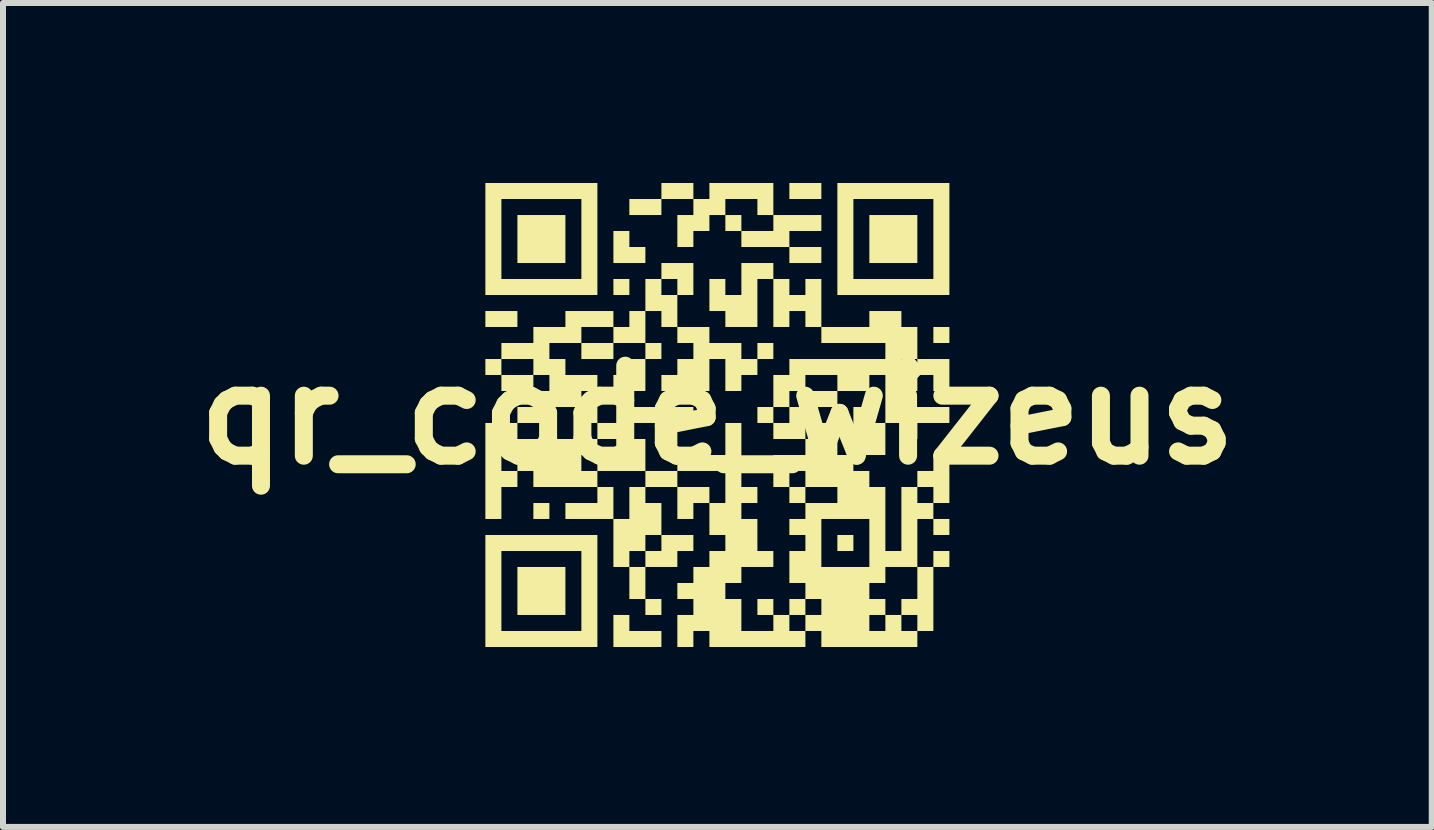
<source format=kicad_pcb>
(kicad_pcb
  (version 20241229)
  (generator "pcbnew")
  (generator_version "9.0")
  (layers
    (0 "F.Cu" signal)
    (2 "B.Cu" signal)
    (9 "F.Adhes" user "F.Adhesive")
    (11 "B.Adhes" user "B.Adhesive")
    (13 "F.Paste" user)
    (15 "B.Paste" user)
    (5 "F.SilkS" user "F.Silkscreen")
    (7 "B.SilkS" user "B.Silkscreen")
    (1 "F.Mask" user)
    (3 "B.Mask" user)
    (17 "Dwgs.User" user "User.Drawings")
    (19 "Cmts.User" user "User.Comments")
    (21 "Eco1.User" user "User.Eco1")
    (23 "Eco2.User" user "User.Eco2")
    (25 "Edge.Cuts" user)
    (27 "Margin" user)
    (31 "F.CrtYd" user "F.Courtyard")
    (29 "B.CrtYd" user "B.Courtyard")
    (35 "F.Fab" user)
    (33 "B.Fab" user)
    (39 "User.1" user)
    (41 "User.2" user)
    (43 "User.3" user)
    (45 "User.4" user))
  (footprint "qr_code_wizeus"
    (layer "F.Cu")
    (at 8.907 3.867)
    (property "Reference" "qr_code_wizeus" (at 0 0 0) (layer "F.SilkS") (effects (font (size 1.5 1.5) (thickness 0.3))))
    (attr board_only exclude_from_pos_files exclude_from_bom)
    (fp_poly (pts (xy -3.333 -1.6) (xy -3.333 -1.467) (xy -3.6 -1.467) (xy -3.867 -1.467) (xy -3.867 -1.6) (xy -3.867 -1.733) (xy -3.6 -1.733) (xy -3.333 -1.733)) (stroke (width 0) (type solid)) (fill yes) (layer "F.SilkS"))
    (fp_poly (pts (xy -2.8 1.6) (xy -2.8 1.733) (xy -2.933 1.733) (xy -3.067 1.733) (xy -3.067 1.6) (xy -3.067 1.467) (xy -2.933 1.467) (xy -2.8 1.467)) (stroke (width 0) (type solid)) (fill yes) (layer "F.SilkS"))
    (fp_poly (pts (xy -2.533 -2.933) (xy -2.533 -2.533) (xy -2.933 -2.533) (xy -3.333 -2.533) (xy -3.333 -2.933) (xy -3.333 -3.333) (xy -2.933 -3.333) (xy -2.533 -3.333)) (stroke (width 0) (type solid)) (fill yes) (layer "F.SilkS"))
    (fp_poly (pts (xy -2.533 2.933) (xy -2.533 3.333) (xy -2.933 3.333) (xy -3.333 3.333) (xy -3.333 2.933) (xy -3.333 2.533) (xy -2.933 2.533) (xy -2.533 2.533)) (stroke (width 0) (type solid)) (fill yes) (layer "F.SilkS"))
    (fp_poly (pts (xy -1.467 -2.133) (xy -1.467 -2) (xy -1.6 -2) (xy -1.733 -2) (xy -1.733 -2.133) (xy -1.733 -2.267) (xy -1.6 -2.267) (xy -1.467 -2.267)) (stroke (width 0) (type solid)) (fill yes) (layer "F.SilkS"))
    (fp_poly (pts (xy -0.933 3.2) (xy -0.933 3.333) (xy -1.067 3.333) (xy -1.2 3.333) (xy -1.2 3.2) (xy -1.2 3.067) (xy -1.067 3.067) (xy -0.933 3.067)) (stroke (width 0) (type solid)) (fill yes) (layer "F.SilkS"))
    (fp_poly (pts (xy 1.733 -3.733) (xy 1.733 -3.6) (xy 1.467 -3.6) (xy 1.2 -3.6) (xy 1.2 -3.733) (xy 1.2 -3.867) (xy 1.467 -3.867) (xy 1.733 -3.867)) (stroke (width 0) (type solid)) (fill yes) (layer "F.SilkS"))
    (fp_poly (pts (xy 1.733 -2.667) (xy 1.733 -2.533) (xy 1.467 -2.533) (xy 1.2 -2.533) (xy 1.2 -2.667) (xy 1.2 -2.8) (xy 1.467 -2.8) (xy 1.733 -2.8)) (stroke (width 0) (type solid)) (fill yes) (layer "F.SilkS"))
    (fp_poly (pts (xy 2 -0.267) (xy 2 -0.133) (xy 1.733 -0.133) (xy 1.467 -0.133) (xy 1.467 -0.267) (xy 1.467 -0.4) (xy 1.733 -0.4) (xy 2 -0.4)) (stroke (width 0) (type solid)) (fill yes) (layer "F.SilkS"))
    (fp_poly (pts (xy 2.267 2.133) (xy 2.267 2.267) (xy 2.133 2.267) (xy 2 2.267) (xy 2 2.133) (xy 2 2) (xy 2.133 2) (xy 2.267 2)) (stroke (width 0) (type solid)) (fill yes) (layer "F.SilkS"))
    (fp_poly (pts (xy 3.333 -2.933) (xy 3.333 -2.533) (xy 2.933 -2.533) (xy 2.533 -2.533) (xy 2.533 -2.933) (xy 2.533 -3.333) (xy 2.933 -3.333) (xy 3.333 -3.333)) (stroke (width 0) (type solid)) (fill yes) (layer "F.SilkS"))
    (fp_poly (pts (xy 3.867 -1.333) (xy 3.867 -1.2) (xy 3.733 -1.2) (xy 3.6 -1.2) (xy 3.6 -1.333) (xy 3.6 -1.467) (xy 3.733 -1.467) (xy 3.867 -1.467)) (stroke (width 0) (type solid)) (fill yes) (layer "F.SilkS"))
    (fp_poly (pts (xy 3.867 1.867) (xy 3.867 2) (xy 3.733 2) (xy 3.6 2) (xy 3.6 1.867) (xy 3.6 1.733) (xy 3.733 1.733) (xy 3.867 1.733)) (stroke (width 0) (type solid)) (fill yes) (layer "F.SilkS"))
    (fp_poly (pts (xy -1.467 -2.933) (xy -1.467 -2.8) (xy -1.333 -2.8) (xy -1.2 -2.8) (xy -1.2 -2.667) (xy -1.2 -2.533) (xy -1.467 -2.533) (xy -1.733 -2.533) (xy -1.733 -2.8) (xy -1.733 -3.067) (xy -1.6 -3.067) (xy -1.467 -3.067)) (stroke (width 0) (type solid)) (fill yes) (layer "F.SilkS"))
    (fp_poly (pts (xy -1.467 3.467) (xy -1.467 3.6) (xy -1.2 3.6) (xy -0.933 3.6) (xy -0.933 3.733) (xy -0.933 3.867) (xy -1.333 3.867) (xy -1.733 3.867) (xy -1.733 3.6) (xy -1.733 3.333) (xy -1.6 3.333) (xy -1.467 3.333)) (stroke (width 0) (type solid)) (fill yes) (layer "F.SilkS"))
    (fp_poly (pts (xy -1.2 0.667) (xy -1.2 0.933) (xy -1.6 0.933) (xy -2 0.933) (xy -2 0.8) (xy -2 0.667) (xy -1.733 0.667) (xy -1.467 0.667) (xy -1.467 0.533) (xy -1.467 0.4) (xy -1.333 0.4) (xy -1.2 0.4)) (stroke (width 0) (type solid)) (fill yes) (layer "F.SilkS"))
    (fp_poly (pts (xy -2 -2.933) (xy -2 -2) (xy -2.933 -2) (xy -3.867 -2) (xy -3.867 -2.933) (xy -3.6 -2.933) (xy -3.6 -2.267) (xy -2.933 -2.267) (xy -2.267 -2.267) (xy -2.267 -2.933) (xy -2.267 -3.6) (xy -2.933 -3.6) (xy -3.6 -3.6) (xy -3.6 -2.933) (xy -3.867 -2.933) (xy -3.867 -3.867) (xy -2.933 -3.867) (xy -2 -3.867)) (stroke (width 0) (type solid)) (fill yes) (layer "F.SilkS"))
    (fp_poly (pts (xy -2 2.933) (xy -2 3.867) (xy -2.933 3.867) (xy -3.867 3.867) (xy -3.867 2.933) (xy -3.6 2.933) (xy -3.6 3.6) (xy -2.933 3.6) (xy -2.267 3.6) (xy -2.267 2.933) (xy -2.267 2.267) (xy -2.933 2.267) (xy -3.6 2.267) (xy -3.6 2.933) (xy -3.867 2.933) (xy -3.867 2) (xy -2.933 2) (xy -2 2)) (stroke (width 0) (type solid)) (fill yes) (layer "F.SilkS"))
    (fp_poly (pts (xy 3.867 -2.933) (xy 3.867 -2) (xy 2.933 -2) (xy 2 -2) (xy 2 -2.933) (xy 2.267 -2.933) (xy 2.267 -2.267) (xy 2.933 -2.267) (xy 3.6 -2.267) (xy 3.6 -2.933) (xy 3.6 -3.6) (xy 2.933 -3.6) (xy 2.267 -3.6) (xy 2.267 -2.933) (xy 2 -2.933) (xy 2 -3.867) (xy 2.933 -3.867) (xy 3.867 -3.867)) (stroke (width 0) (type solid)) (fill yes) (layer "F.SilkS"))
    (fp_poly (pts (xy -0.933 -1.067) (xy -0.933 -0.933) (xy -1.067 -0.933) (xy -1.2 -0.933) (xy -1.2 -0.667) (xy -1.2 -0.4) (xy -1.467 -0.4) (xy -1.733 -0.4) (xy -1.733 -0.533) (xy -1.733 -0.667) (xy -1.6 -0.667) (xy -1.467 -0.667) (xy -1.467 -0.8) (xy -1.467 -0.933) (xy -1.333 -0.933) (xy -1.2 -0.933) (xy -1.2 -1.067) (xy -1.2 -1.2) (xy -1.067 -1.2) (xy -0.933 -1.2)) (stroke (width 0) (type solid)) (fill yes) (layer "F.SilkS"))
    (fp_poly (pts (xy 0.4 -3.2) (xy 0.4 -3.067) (xy 0.667 -3.067) (xy 0.933 -3.067) (xy 0.933 -3.2) (xy 0.933 -3.333) (xy 1.333 -3.333) (xy 1.733 -3.333) (xy 1.733 -3.2) (xy 1.733 -3.067) (xy 1.467 -3.067) (xy 1.2 -3.067) (xy 1.2 -2.933) (xy 1.2 -2.8) (xy 0.8 -2.8) (xy 0.4 -2.8) (xy 0.4 -2.933) (xy 0.4 -3.067) (xy 0.267 -3.067) (xy 0.133 -3.067) (xy 0.133 -3.2) (xy 0.133 -3.333) (xy 0.267 -3.333) (xy 0.4 -3.333)) (stroke (width 0) (type solid)) (fill yes) (layer "F.SilkS"))
    (fp_poly (pts (xy 0.933 -2.4) (xy 0.933 -2.267) (xy 0.8 -2.267) (xy 0.667 -2.267) (xy 0.667 -1.867) (xy 0.667 -1.467) (xy 0.4 -1.467) (xy 0.133 -1.467) (xy 0.133 -1.6) (xy 0.133 -1.733) (xy 0 -1.733) (xy -0.133 -1.733) (xy -0.133 -2) (xy -0.133 -2.267) (xy 0 -2.267) (xy 0.133 -2.267) (xy 0.133 -2.133) (xy 0.133 -2) (xy 0.267 -2) (xy 0.4 -2) (xy 0.4 -2.267) (xy 0.4 -2.533) (xy 0.667 -2.533) (xy 0.933 -2.533)) (stroke (width 0) (type solid)) (fill yes) (layer "F.SilkS"))
    (fp_poly (pts (xy -0.4 -3.733) (xy -0.4 -3.6) (xy -0.267 -3.6) (xy -0.133 -3.6) (xy -0.133 -3.733) (xy -0.133 -3.867) (xy 0.4 -3.867) (xy 0.933 -3.867) (xy 0.933 -3.6) (xy 0.933 -3.333) (xy 0.8 -3.333) (xy 0.667 -3.333) (xy 0.667 -3.467) (xy 0.667 -3.6) (xy 0.4 -3.6) (xy 0.133 -3.6) (xy 0.133 -3.467) (xy 0.133 -3.333) (xy 0 -3.333) (xy -0.133 -3.333) (xy -0.133 -3.2) (xy -0.133 -3.067) (xy -0.267 -3.067) (xy -0.4 -3.067) (xy -0.4 -2.933) (xy -0.4 -2.8) (xy -0.533 -2.8) (xy -0.667 -2.8) (xy -0.667 -3.067) (xy -0.667 -3.333) (xy -0.533 -3.333) (xy -0.4 -3.333) (xy -0.4 -3.467) (xy -0.4 -3.6) (xy -0.667 -3.6) (xy -0.933 -3.6) (xy -0.933 -3.467) (xy -0.933 -3.333) (xy -1.2 -3.333) (xy -1.467 -3.333) (xy -1.467 -3.467) (xy -1.467 -3.6) (xy -1.2 -3.6) (xy -0.933 -3.6) (xy -0.933 -3.733) (xy -0.933 -3.867) (xy -0.667 -3.867) (xy -0.4 -3.867)) (stroke (width 0) (type solid)) (fill yes) (layer "F.SilkS"))
    (fp_poly (pts (xy -0.133 -1.333) (xy -0.133 -1.2) (xy 0.133 -1.2) (xy 0.4 -1.2) (xy 0.4 -1.067) (xy 0.4 -0.933) (xy 0.533 -0.933) (xy 0.667 -0.933) (xy 0.667 -1.067) (xy 0.667 -1.2) (xy 0.8 -1.2) (xy 0.933 -1.2) (xy 0.933 -1.067) (xy 0.933 -0.933) (xy 0.8 -0.933) (xy 0.667 -0.933) (xy 0.667 -0.8) (xy 0.667 -0.667) (xy 0.533 -0.667) (xy 0.4 -0.667) (xy 0.4 -0.533) (xy 0.4 -0.4) (xy 0.267 -0.4) (xy 0.133 -0.4) (xy 0.133 -0.667) (xy 0.133 -0.933) (xy 0 -0.933) (xy -0.133 -0.933) (xy -0.133 -0.667) (xy -0.133 -0.4) (xy -0.533 -0.4) (xy -0.933 -0.4) (xy -0.933 -0.533) (xy -0.933 -0.667) (xy -0.8 -0.667) (xy -0.667 -0.667) (xy -0.667 -0.8) (xy -0.667 -0.933) (xy -0.533 -0.933) (xy -0.4 -0.933) (xy -0.4 -1.067) (xy -0.4 -1.2) (xy -0.533 -1.2) (xy -0.667 -1.2) (xy -0.667 -1.333) (xy -0.667 -1.467) (xy -0.4 -1.467) (xy -0.133 -1.467)) (stroke (width 0) (type solid)) (fill yes) (layer "F.SilkS"))
    (fp_poly (pts (xy -0.4 -2.267) (xy -0.4 -2) (xy -0.533 -2) (xy -0.667 -2) (xy -0.667 -1.733) (xy -0.667 -1.467) (xy -0.8 -1.467) (xy -0.933 -1.467) (xy -0.933 -1.6) (xy -0.933 -1.733) (xy -1.067 -1.733) (xy -1.2 -1.733) (xy -1.2 -1.467) (xy -1.2 -1.2) (xy -1.467 -1.2) (xy -1.733 -1.2) (xy -1.733 -1.067) (xy -1.733 -0.933) (xy -2 -0.933) (xy -2.267 -0.933) (xy -2.267 -1.067) (xy -2.267 -1.2) (xy -2.533 -1.2) (xy -2.8 -1.2) (xy -2.8 -1.067) (xy -2.8 -0.933) (xy -2.667 -0.933) (xy -2.533 -0.933) (xy -2.533 -0.8) (xy -2.533 -0.667) (xy -2.267 -0.667) (xy -2 -0.667) (xy -2 -0.533) (xy -2 -0.4) (xy -2.133 -0.4) (xy -2.267 -0.4) (xy -2.267 -0.267) (xy -2.267 -0.133) (xy -2.533 -0.133) (xy -2.8 -0.133) (xy -2.8 0) (xy -2.8 0.133) (xy -3.067 0.133) (xy -3.333 0.133) (xy -3.333 0.267) (xy -3.333 0.4) (xy -2.667 0.4) (xy -2 0.4) (xy -2 0.533) (xy -2 0.667) (xy -2.133 0.667) (xy -2.267 0.667) (xy -2.267 0.8) (xy -2.267 0.933) (xy -2.133 0.933) (xy -2 0.933) (xy -2 1.067) (xy -2 1.2) (xy -2.533 1.2) (xy -3.067 1.2) (xy -3.067 1.067) (xy -3.067 0.933) (xy -3.2 0.933) (xy -3.333 0.933) (xy -3.333 1.067) (xy -3.333 1.2) (xy -3.467 1.2) (xy -3.6 1.2) (xy -3.6 1.467) (xy -3.6 1.733) (xy -3.733 1.733) (xy -3.867 1.733) (xy -3.867 0.933) (xy -3.867 0.8) (xy -3.6 0.8) (xy -3.6 0.933) (xy -3.467 0.933) (xy -3.333 0.933) (xy -3.333 0.8) (xy -3.333 0.667) (xy -3.467 0.667) (xy -3.6 0.667) (xy -3.6 0.8) (xy -3.867 0.8) (xy -3.867 0.133) (xy -3.6 0.133) (xy -3.333 0.133) (xy -3.333 0) (xy -3.333 -0.133) (xy -3.2 -0.133) (xy -3.067 -0.133) (xy -3.067 -0.267) (xy -3.067 -0.4) (xy -3.333 -0.4) (xy -3.6 -0.4) (xy -3.6 -0.533) (xy -3.067 -0.533) (xy -3.067 -0.4) (xy -2.933 -0.4) (xy -2.8 -0.4) (xy -2.8 -0.533) (xy -2.8 -0.667) (xy -2.933 -0.667) (xy -3.067 -0.667) (xy -3.067 -0.533) (xy -3.6 -0.533) (xy -3.6 -0.667) (xy -3.733 -0.667) (xy -3.867 -0.667) (xy -3.867 -0.8) (xy -3.6 -0.8) (xy -3.6 -0.667) (xy -3.333 -0.667) (xy -3.067 -0.667) (xy -3.067 -0.8) (xy -3.067 -0.933) (xy -3.333 -0.933) (xy -3.6 -0.933) (xy -3.6 -0.8) (xy -3.867 -0.8) (xy -3.867 -0.933) (xy -3.733 -0.933) (xy -3.6 -0.933) (xy -3.6 -1.067) (xy -3.6 -1.2) (xy -3.333 -1.2) (xy -3.067 -1.2) (xy -3.067 -1.333) (xy -2.267 -1.333) (xy -2.267 -1.2) (xy -2 -1.2) (xy -1.733 -1.2) (xy -1.733 -1.333) (xy -1.733 -1.467) (xy -2 -1.467) (xy -2.267 -1.467) (xy -2.267 -1.333) (xy -3.067 -1.333) (xy -3.067 -1.467) (xy -2.8 -1.467) (xy -2.533 -1.467) (xy -2.533 -1.6) (xy -2.533 -1.733) (xy -2.133 -1.733) (xy -1.733 -1.733) (xy -1.733 -1.6) (xy -1.733 -1.467) (xy -1.6 -1.467) (xy -1.467 -1.467) (xy -1.467 -1.6) (xy -1.467 -1.733) (xy -1.333 -1.733) (xy -1.2 -1.733) (xy -1.2 -2) (xy -1.2 -2.133) (xy -0.933 -2.133) (xy -0.933 -2) (xy -0.8 -2) (xy -0.667 -2) (xy -0.667 -2.133) (xy -0.667 -2.267) (xy -0.8 -2.267) (xy -0.933 -2.267) (xy -0.933 -2.133) (xy -1.2 -2.133) (xy -1.2 -2.267) (xy -1.067 -2.267) (xy -0.933 -2.267) (xy -0.933 -2.4) (xy -0.933 -2.533) (xy -0.667 -2.533) (xy -0.4 -2.533)) (stroke (width 0) (type solid)) (fill yes) (layer "F.SilkS"))
    (fp_poly (pts (xy 1.2 -2.133) (xy 1.2 -2) (xy 1.333 -2) (xy 1.467 -2) (xy 1.467 -2.133) (xy 1.467 -2.267) (xy 1.6 -2.267) (xy 1.733 -2.267) (xy 1.733 -1.867) (xy 1.733 -1.467) (xy 2.133 -1.467) (xy 2.533 -1.467) (xy 2.533 -1.6) (xy 2.533 -1.733) (xy 2.8 -1.733) (xy 3.067 -1.733) (xy 3.067 -1.6) (xy 3.067 -1.467) (xy 3.2 -1.467) (xy 3.333 -1.467) (xy 3.333 -1.2) (xy 3.333 -0.933) (xy 3.2 -0.933) (xy 3.067 -0.933) (xy 3.067 -0.8) (xy 3.067 -0.667) (xy 3.2 -0.667) (xy 3.333 -0.667) (xy 3.333 -0.8) (xy 3.333 -0.933) (xy 3.6 -0.933) (xy 3.867 -0.933) (xy 3.867 -0.667) (xy 3.867 -0.4) (xy 3.733 -0.4) (xy 3.6 -0.4) (xy 3.6 -0.533) (xy 3.6 -0.667) (xy 3.467 -0.667) (xy 3.333 -0.667) (xy 3.333 -0.533) (xy 3.333 -0.4) (xy 3.2 -0.4) (xy 3.067 -0.4) (xy 3.067 -0.267) (xy 3.067 -0.133) (xy 3.467 -0.133) (xy 3.867 -0.133) (xy 3.867 0) (xy 3.867 0.133) (xy 3.6 0.133) (xy 3.333 0.133) (xy 3.333 0.267) (xy 3.333 0.4) (xy 3.2 0.4) (xy 3.067 0.4) (xy 3.067 0.267) (xy 3.067 0.133) (xy 2.933 0.133) (xy 2.8 0.133) (xy 2.8 0.4) (xy 2.8 0.667) (xy 2.533 0.667) (xy 2.267 0.667) (xy 2.267 0.8) (xy 2.267 0.933) (xy 2.4 0.933) (xy 2.533 0.933) (xy 2.533 1.067) (xy 2.533 1.2) (xy 2.667 1.2) (xy 2.8 1.2) (xy 2.8 1.733) (xy 2.8 2.267) (xy 2.933 2.267) (xy 3.067 2.267) (xy 3.067 1.733) (xy 3.067 1.333) (xy 3.333 1.333) (xy 3.333 1.467) (xy 3.467 1.467) (xy 3.6 1.467) (xy 3.6 1.333) (xy 3.6 1.2) (xy 3.467 1.2) (xy 3.333 1.2) (xy 3.333 1.333) (xy 3.067 1.333) (xy 3.067 1.2) (xy 3.2 1.2) (xy 3.333 1.2) (xy 3.333 1.067) (xy 3.333 0.933) (xy 3.467 0.933) (xy 3.6 0.933) (xy 3.6 0.8) (xy 3.6 0.667) (xy 3.733 0.667) (xy 3.867 0.667) (xy 3.867 1.067) (xy 3.867 1.467) (xy 3.733 1.467) (xy 3.6 1.467) (xy 3.6 1.6) (xy 3.6 1.733) (xy 3.467 1.733) (xy 3.333 1.733) (xy 3.333 2.133) (xy 3.333 2.533) (xy 3.467 2.533) (xy 3.6 2.533) (xy 3.6 2.4) (xy 3.6 2.267) (xy 3.733 2.267) (xy 3.867 2.267) (xy 3.867 2.4) (xy 3.867 2.533) (xy 3.733 2.533) (xy 3.6 2.533) (xy 3.6 3.067) (xy 3.6 3.6) (xy 3.467 3.6) (xy 3.333 3.6) (xy 3.333 3.733) (xy 3.333 3.867) (xy 2.533 3.867) (xy 1.733 3.867) (xy 1.733 3.733) (xy 1.733 3.6) (xy 1.6 3.6) (xy 1.467 3.6) (xy 1.467 3.733) (xy 1.467 3.867) (xy 0.667 3.867) (xy -0.133 3.867) (xy -0.133 3.733) (xy -0.133 3.6) (xy -0.267 3.6) (xy -0.4 3.6) (xy -0.4 3.733) (xy -0.4 3.867) (xy -0.533 3.867) (xy -0.667 3.867) (xy -0.667 3.6) (xy -0.667 3.333) (xy -0.533 3.333) (xy -0.4 3.333) (xy -0.4 3.2) (xy -0.4 3.067) (xy -0.533 3.067) (xy -0.667 3.067) (xy -0.667 2.933) (xy -0.667 2.8) (xy -0.533 2.8) (xy -0.4 2.8) (xy -0.4 2.667) (xy -0.4 2.533) (xy -0.267 2.533) (xy -0.133 2.533) (xy -0.133 2.4) (xy -0.133 2.267) (xy 0 2.267) (xy 0.133 2.267) (xy 0.133 2.133) (xy 0.133 2) (xy 0 2) (xy -0.133 2) (xy -0.133 1.733) (xy -0.133 1.467) (xy -0.267 1.467) (xy -0.4 1.467) (xy -0.4 1.6) (xy -0.4 1.733) (xy -0.533 1.733) (xy -0.667 1.733) (xy -0.667 1.467) (xy -0.667 1.2) (xy -0.4 1.2) (xy -0.133 1.2) (xy -0.133 1.333) (xy -0.133 1.467) (xy 0 1.467) (xy 0.133 1.467) (xy 0.133 1.2) (xy 0.133 0.933) (xy -0.267 0.933) (xy -0.667 0.933) (xy -0.667 1.067) (xy -0.667 1.2) (xy -0.933 1.2) (xy -1.2 1.2) (xy -1.2 1.333) (xy -1.2 1.467) (xy -1.067 1.467) (xy -0.933 1.467) (xy -0.933 1.733) (xy -0.933 2) (xy -1.067 2) (xy -1.2 2) (xy -1.2 2.133) (xy -1.2 2.267) (xy -1.333 2.267) (xy -1.467 2.267) (xy -1.467 2.4) (xy -1.467 2.533) (xy -1.333 2.533) (xy -1.2 2.533) (xy -1.2 2.4) (xy -1.2 2.267) (xy -1.067 2.267) (xy -0.933 2.267) (xy -0.933 2.133) (xy -0.933 2) (xy -0.667 2) (xy -0.4 2) (xy -0.4 2.133) (xy -0.4 2.267) (xy -0.533 2.267) (xy -0.667 2.267) (xy -0.667 2.4) (xy -0.667 2.533) (xy -0.933 2.533) (xy -1.2 2.533) (xy -1.2 2.8) (xy -1.2 3.067) (xy -1.333 3.067) (xy -1.467 3.067) (xy -1.467 2.8) (xy -1.467 2.533) (xy -1.6 2.533) (xy -1.733 2.533) (xy -1.733 2.133) (xy -1.733 1.733) (xy -2.133 1.733) (xy -2.533 1.733) (xy -2.533 1.6) (xy -2.533 1.467) (xy -2.267 1.467) (xy -2 1.467) (xy -2 1.333) (xy -2 1.2) (xy -1.867 1.2) (xy -1.733 1.2) (xy -1.733 1.467) (xy -1.733 1.733) (xy -1.6 1.733) (xy -1.467 1.733) (xy -1.467 1.467) (xy -1.467 1.2) (xy -1.333 1.2) (xy -1.2 1.2) (xy -1.2 1.067) (xy -1.2 0.933) (xy -0.933 0.933) (xy -0.667 0.933) (xy -0.667 0.8) (xy -0.667 0.667) (xy -0.8 0.667) (xy -0.933 0.667) (xy -0.933 0.4) (xy -0.933 0.133) (xy -1.2 0.133) (xy -1.467 0.133) (xy -1.467 0.267) (xy -1.467 0.4) (xy -1.733 0.4) (xy -2 0.4) (xy -2 0.267) (xy -2 0.133) (xy -2.133 0.133) (xy -2.267 0.133) (xy -2.267 0) (xy -2.267 -0.133) (xy -2.133 -0.133) (xy -2 -0.133) (xy -2 0) (xy -2 0.133) (xy -1.733 0.133) (xy -1.467 0.133) (xy -1.467 0) (xy -1.467 -0.133) (xy -0.933 -0.133) (xy -0.4 -0.133) (xy -0.4 0) (xy -0.4 0.133) (xy -0.533 0.133) (xy -0.667 0.133) (xy -0.667 0.4) (xy -0.667 0.667) (xy -0.267 0.667) (xy 0.133 0.667) (xy 0.133 0.4) (xy 0.133 0.133) (xy 0.267 0.133) (xy 0.4 0.133) (xy 0.4 0.667) (xy 0.4 1.2) (xy 0.533 1.2) (xy 0.667 1.2) (xy 0.667 1.333) (xy 0.667 1.467) (xy 0.533 1.467) (xy 0.4 1.467) (xy 0.4 1.6) (xy 0.4 1.733) (xy 0.533 1.733) (xy 0.667 1.733) (xy 0.667 2) (xy 0.667 2.267) (xy 0.8 2.267) (xy 0.933 2.267) (xy 0.933 2.4) (xy 0.933 2.533) (xy 0.667 2.533) (xy 0.4 2.533) (xy 0.4 2.667) (xy 0.4 2.8) (xy 0.267 2.8) (xy 0.133 2.8) (xy 0.133 2.933) (xy 0.133 3.067) (xy 0.267 3.067) (xy 0.4 3.067) (xy 0.4 3.333) (xy 0.4 3.6) (xy 0.667 3.6) (xy 0.933 3.6) (xy 0.933 3.467) (xy 0.933 3.333) (xy 0.8 3.333) (xy 0.667 3.333) (xy 0.667 3.2) (xy 0.667 3.067) (xy 0.8 3.067) (xy 0.933 3.067) (xy 0.933 3.2) (xy 0.933 3.333) (xy 1.067 3.333) (xy 1.2 3.333) (xy 1.2 3.467) (xy 1.2 3.6) (xy 1.333 3.6) (xy 1.467 3.6) (xy 1.467 3.467) (xy 1.467 3.333) (xy 1.6 3.333) (xy 1.733 3.333) (xy 1.733 3.2) (xy 1.733 3.067) (xy 1.6 3.067) (xy 1.467 3.067) (xy 1.467 3.2) (xy 1.467 3.333) (xy 1.333 3.333) (xy 1.2 3.333) (xy 1.2 3.2) (xy 1.2 3.067) (xy 1.333 3.067) (xy 1.467 3.067) (xy 1.467 2.933) (xy 1.467 2.8) (xy 2.533 2.8) (xy 2.533 2.933) (xy 2.533 3.067) (xy 2.667 3.067) (xy 2.8 3.067) (xy 2.8 3.2) (xy 2.8 3.333) (xy 2.667 3.333) (xy 2.533 3.333) (xy 2.533 3.467) (xy 2.533 3.6) (xy 2.667 3.6) (xy 2.8 3.6) (xy 2.8 3.467) (xy 3.067 3.467) (xy 3.067 3.6) (xy 3.2 3.6) (xy 3.333 3.6) (xy 3.333 3.467) (xy 3.333 3.333) (xy 3.2 3.333) (xy 3.067 3.333) (xy 3.067 3.467) (xy 2.8 3.467) (xy 2.8 3.333) (xy 2.933 3.333) (xy 3.067 3.333) (xy 3.067 3.2) (xy 3.067 3.067) (xy 3.2 3.067) (xy 3.333 3.067) (xy 3.333 2.8) (xy 3.333 2.533) (xy 3.067 2.533) (xy 2.8 2.533) (xy 2.8 2.667) (xy 2.8 2.8) (xy 2.667 2.8) (xy 2.533 2.8) (xy 1.467 2.8) (xy 1.333 2.8) (xy 1.2 2.8) (xy 1.2 2.533) (xy 1.2 2.267) (xy 1.333 2.267) (xy 1.467 2.267) (xy 1.467 2.133) (xy 1.733 2.133) (xy 1.733 2.533) (xy 2.133 2.533) (xy 2.533 2.533) (xy 2.533 2.133) (xy 2.533 1.733) (xy 2.133 1.733) (xy 1.733 1.733) (xy 1.733 2.133) (xy 1.467 2.133) (xy 1.467 2) (xy 1.333 2) (xy 1.2 2) (xy 1.2 1.867) (xy 1.2 1.733) (xy 1.333 1.733) (xy 1.467 1.733) (xy 1.467 1.6) (xy 1.467 1.467) (xy 1.333 1.467) (xy 1.2 1.467) (xy 1.2 1.333) (xy 1.467 1.333) (xy 1.467 1.467) (xy 1.733 1.467) (xy 2 1.467) (xy 2 1.333) (xy 2 1.2) (xy 1.733 1.2) (xy 1.467 1.2) (xy 1.467 1.333) (xy 1.2 1.333) (xy 1.2 1.2) (xy 1.067 1.2) (xy 0.933 1.2) (xy 0.933 1.067) (xy 1.2 1.067) (xy 1.2 1.2) (xy 1.333 1.2) (xy 1.467 1.2) (xy 1.467 1.067) (xy 1.467 0.933) (xy 1.333 0.933) (xy 1.2 0.933) (xy 1.2 1.067) (xy 0.933 1.067) (xy 0.933 0.933) (xy 0.933 0.667) (xy 1.2 0.667) (xy 1.467 0.667) (xy 1.467 0.533) (xy 1.467 0.4) (xy 1.2 0.4) (xy 0.933 0.4) (xy 0.933 0.267) (xy 0.933 0.133) (xy 0.8 0.133) (xy 0.667 0.133) (xy 0.667 0) (xy 0.667 -0.133) (xy 0.8 -0.133) (xy 0.933 -0.133) (xy 0.933 0) (xy 0.933 0.133) (xy 1.067 0.133) (xy 1.2 0.133) (xy 1.2 0) (xy 1.2 -0.133) (xy 1.333 -0.133) (xy 1.467 -0.133) (xy 1.467 0.133) (xy 1.467 0.4) (xy 1.6 0.4) (xy 1.733 0.4) (xy 1.733 0.267) (xy 1.733 0.133) (xy 1.867 0.133) (xy 2 0.133) (xy 2 0.4) (xy 2 0.667) (xy 2.133 0.667) (xy 2.267 0.667) (xy 2.267 0.267) (xy 2.267 -0.133) (xy 2.4 -0.133) (xy 2.533 -0.133) (xy 2.533 0) (xy 2.533 0.133) (xy 2.667 0.133) (xy 2.8 0.133) (xy 2.8 -0.267) (xy 2.8 -0.667) (xy 2.667 -0.667) (xy 2.533 -0.667) (xy 2.533 -0.533) (xy 2.533 -0.4) (xy 2.267 -0.4) (xy 2 -0.4) (xy 2 -0.533) (xy 2 -0.667) (xy 1.733 -0.667) (xy 1.467 -0.667) (xy 1.467 -0.533) (xy 1.467 -0.4) (xy 1.333 -0.4) (xy 1.2 -0.4) (xy 1.2 -0.267) (xy 1.2 -0.133) (xy 1.067 -0.133) (xy 0.933 -0.133) (xy 0.933 -0.4) (xy 0.933 -0.667) (xy 1.067 -0.667) (xy 1.2 -0.667) (xy 1.2 -0.8) (xy 1.2 -0.933) (xy 2 -0.933) (xy 2.8 -0.933) (xy 2.8 -1.067) (xy 2.8 -1.2) (xy 2.267 -1.2) (xy 1.733 -1.2) (xy 1.733 -1.333) (xy 1.733 -1.467) (xy 1.6 -1.467) (xy 1.467 -1.467) (xy 1.467 -1.6) (xy 1.467 -1.733) (xy 1.333 -1.733) (xy 1.2 -1.733) (xy 1.2 -1.6) (xy 1.2 -1.467) (xy 1.067 -1.467) (xy 0.933 -1.467) (xy 0.933 -1.867) (xy 0.933 -2.267) (xy 1.067 -2.267) (xy 1.2 -2.267)) (stroke (width 0) (type solid)) (fill yes) (layer "F.SilkS")))
  (gr_rect
    (start -3 -3)
    (end 20.814 10.733)
    (stroke (width 0.1) (type default))
    (fill no)
    (layer "Edge.Cuts")))
</source>
